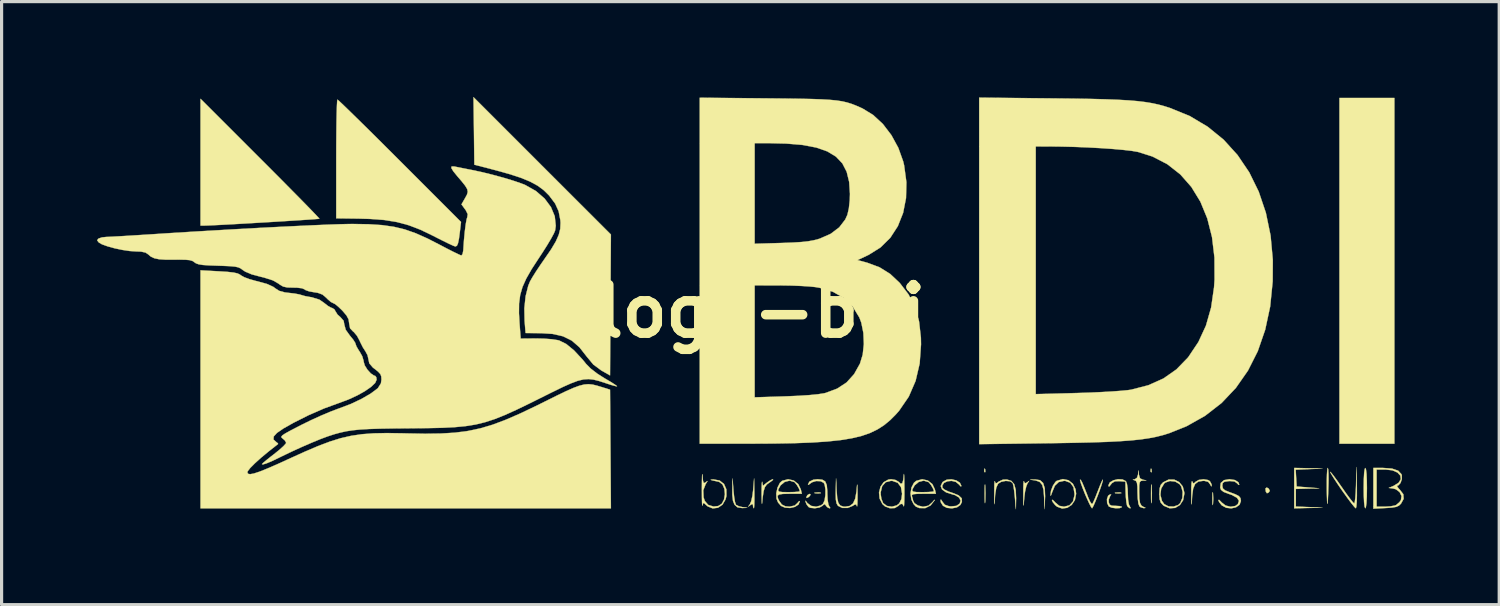
<source format=kicad_pcb>
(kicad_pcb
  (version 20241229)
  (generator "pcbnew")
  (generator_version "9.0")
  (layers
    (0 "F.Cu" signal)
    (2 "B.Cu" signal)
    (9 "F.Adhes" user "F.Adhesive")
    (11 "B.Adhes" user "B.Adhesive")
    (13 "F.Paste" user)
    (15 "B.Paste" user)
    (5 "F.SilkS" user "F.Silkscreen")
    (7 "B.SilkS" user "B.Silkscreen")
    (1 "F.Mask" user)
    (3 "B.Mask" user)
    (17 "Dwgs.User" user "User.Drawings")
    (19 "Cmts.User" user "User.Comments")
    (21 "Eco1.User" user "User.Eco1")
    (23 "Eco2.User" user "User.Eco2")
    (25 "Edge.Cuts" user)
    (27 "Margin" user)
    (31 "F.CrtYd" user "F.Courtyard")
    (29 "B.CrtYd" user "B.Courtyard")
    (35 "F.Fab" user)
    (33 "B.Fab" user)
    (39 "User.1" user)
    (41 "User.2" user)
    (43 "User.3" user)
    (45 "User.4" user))
  (footprint "logo-bdi"
    (layer "F.Cu")
    (at 20.883 6.736)
    (property "Reference" "logo-bdi" (at 0 0 0) (layer "F.SilkS") (effects (font (size 1.524 1.524) (thickness 0.3))))
    (attr through_hole)
    (fp_poly (pts (xy 19.914 4.166) (xy 18.186 4.166) (xy 18.186 -6.706) (xy 19.914 -6.706) (xy 19.914 4.166)) (stroke (width 0.01) (type solid)) (fill yes) (layer "F.SilkS"))
    (fp_poly (pts (xy 7.045 4.969) (xy 7.051 5.048) (xy 7.041 5.066) (xy 7.018 5.051) (xy 7.014 5) (xy 7.027 4.945) (xy 7.045 4.969)) (stroke (width 0.01) (type solid)) (fill yes) (layer "F.SilkS"))
    (fp_poly (pts (xy 12.278 4.969) (xy 12.284 5.048) (xy 12.273 5.066) (xy 12.25 5.051) (xy 12.247 5) (xy 12.259 4.945) (xy 12.278 4.969)) (stroke (width 0.01) (type solid)) (fill yes) (layer "F.SilkS"))
    (fp_poly (pts (xy 1.554 5.753) (xy 1.54 5.799) (xy 1.5 5.841) (xy 1.436 5.874) (xy 1.422 5.851) (xy 1.454 5.785) (xy 1.517 5.746) (xy 1.554 5.753)) (stroke (width 0.01) (type solid)) (fill yes) (layer "F.SilkS"))
    (fp_poly (pts (xy 15.962 5.579) (xy 15.996 5.648) (xy 15.963 5.698) (xy 15.907 5.725) (xy 15.87 5.671) (xy 15.859 5.576) (xy 15.901 5.543) (xy 15.962 5.579)) (stroke (width 0.01) (type solid)) (fill yes) (layer "F.SilkS"))
    (fp_poly (pts (xy 1.867 5.705) (xy 1.883 5.72) (xy 1.812 5.728) (xy 1.778 5.729) (xy 1.686 5.723) (xy 1.675 5.71) (xy 1.689 5.705) (xy 1.818 5.697) (xy 1.867 5.705)) (stroke (width 0.01) (type solid)) (fill yes) (layer "F.SilkS"))
    (fp_poly (pts (xy 11.316 5.705) (xy 11.332 5.72) (xy 11.261 5.728) (xy 11.227 5.729) (xy 11.134 5.723) (xy 11.123 5.71) (xy 11.138 5.705) (xy 11.267 5.697) (xy 11.316 5.705)) (stroke (width 0.01) (type solid)) (fill yes) (layer "F.SilkS"))
    (fp_poly (pts (xy 14.209 5.718) (xy 14.21 5.728) (xy 14.218 5.906) (xy 14.21 6.058) (xy 14.2 6.096) (xy 14.193 6.044) (xy 14.19 5.914) (xy 14.189 5.893) (xy 14.192 5.753) (xy 14.199 5.691) (xy 14.209 5.718)) (stroke (width 0.01) (type solid)) (fill yes) (layer "F.SilkS"))
    (fp_poly (pts (xy 7.048 5.499) (xy 7.055 5.712) (xy 7.051 5.936) (xy 7.048 5.982) (xy 7.04 6.038) (xy 7.034 6.002) (xy 7.03 5.883) (xy 7.029 5.74) (xy 7.03 5.564) (xy 7.035 5.463) (xy 7.042 5.447) (xy 7.048 5.499)) (stroke (width 0.01) (type solid)) (fill yes) (layer "F.SilkS"))
    (fp_poly (pts (xy 12.28 5.499) (xy 12.288 5.712) (xy 12.283 5.936) (xy 12.28 5.982) (xy 12.272 6.038) (xy 12.266 6.002) (xy 12.262 5.883) (xy 12.261 5.74) (xy 12.263 5.564) (xy 12.267 5.463) (xy 12.274 5.447) (xy 12.28 5.499)) (stroke (width 0.01) (type solid)) (fill yes) (layer "F.SilkS"))
    (fp_poly (pts (xy 17.653 4.948) (xy 17.231 4.965) (xy 16.81 4.983) (xy 16.825 5.247) (xy 16.84 5.512) (xy 17.551 5.57) (xy 16.815 5.588) (xy 16.815 6.143) (xy 17.653 6.177) (xy 17.209 6.187) (xy 16.764 6.198) (xy 16.764 4.928) (xy 17.653 4.948)) (stroke (width 0.01) (type solid)) (fill yes) (layer "F.SilkS"))
    (fp_poly (pts (xy 8.771 5.313) (xy 8.868 5.402) (xy 8.92 5.567) (xy 8.93 5.817) (xy 8.928 5.875) (xy 8.91 6.223) (xy 8.9 5.864) (xy 8.882 5.622) (xy 8.839 5.463) (xy 8.762 5.37) (xy 8.64 5.324) (xy 8.611 5.319) (xy 8.458 5.298) (xy 8.622 5.291) (xy 8.771 5.313)) (stroke (width 0.01) (type solid)) (fill yes) (layer "F.SilkS"))
    (fp_poly (pts (xy -0.868 5.649) (xy -0.847 5.842) (xy -0.821 5.997) (xy -0.792 6.083) (xy -0.787 6.09) (xy -0.703 6.132) (xy -0.584 6.161) (xy -0.432 6.182) (xy -0.594 6.19) (xy -0.746 6.165) (xy -0.835 6.085) (xy -0.884 5.965) (xy -0.906 5.777) (xy -0.906 5.615) (xy -0.898 5.258) (xy -0.868 5.649)) (stroke (width 0.01) (type solid)) (fill yes) (layer "F.SilkS"))
    (fp_poly (pts (xy 17.833 4.975) (xy 17.842 5.102) (xy 17.844 5.286) (xy 17.842 5.423) (xy 17.832 5.727) (xy 17.822 5.934) (xy 17.813 6.043) (xy 17.805 6.053) (xy 17.797 5.963) (xy 17.791 5.773) (xy 17.788 5.575) (xy 17.788 5.332) (xy 17.793 5.131) (xy 17.803 4.99) (xy 17.816 4.929) (xy 17.818 4.928) (xy 17.833 4.975)) (stroke (width 0.01) (type solid)) (fill yes) (layer "F.SilkS"))
    (fp_poly (pts (xy 19.021 4.977) (xy 19.038 5.116) (xy 19.047 5.335) (xy 19.05 5.563) (xy 19.046 5.838) (xy 19.035 6.042) (xy 19.017 6.165) (xy 18.999 6.198) (xy 18.977 6.149) (xy 18.961 6.009) (xy 18.951 5.791) (xy 18.948 5.563) (xy 18.952 5.288) (xy 18.963 5.083) (xy 18.981 4.96) (xy 18.999 4.928) (xy 19.021 4.977)) (stroke (width 0.01) (type solid)) (fill yes) (layer "F.SilkS"))
    (fp_poly (pts (xy -0.211 5.728) (xy -0.21 5.932) (xy -0.214 6.091) (xy -0.223 6.184) (xy -0.229 6.198) (xy -0.251 6.156) (xy -0.254 6.115) (xy -0.265 6.061) (xy -0.316 6.082) (xy -0.343 6.102) (xy -0.402 6.146) (xy -0.392 6.123) (xy -0.356 6.076) (xy -0.312 5.976) (xy -0.274 5.809) (xy -0.25 5.619) (xy -0.22 5.258) (xy -0.211 5.728)) (stroke (width 0.01) (type solid)) (fill yes) (layer "F.SilkS"))
    (fp_poly (pts (xy 8.417 5.359) (xy 8.382 5.405) (xy 8.339 5.505) (xy 8.3 5.671) (xy 8.276 5.862) (xy 8.262 6.025) (xy 8.253 6.107) (xy 8.248 6.104) (xy 8.246 6.009) (xy 8.244 5.819) (xy 8.244 5.74) (xy 8.245 5.545) (xy 8.25 5.408) (xy 8.258 5.343) (xy 8.265 5.349) (xy 8.296 5.411) (xy 8.356 5.388) (xy 8.374 5.375) (xy 8.429 5.334) (xy 8.417 5.359)) (stroke (width 0.01) (type solid)) (fill yes) (layer "F.SilkS"))
    (fp_poly (pts (xy 10.985 5.802) (xy 10.976 5.813) (xy 10.933 5.921) (xy 10.931 6.004) (xy 10.956 6.08) (xy 11.023 6.114) (xy 11.159 6.121) (xy 11.282 6.129) (xy 11.345 6.149) (xy 11.346 6.16) (xy 11.277 6.191) (xy 11.156 6.196) (xy 11.027 6.179) (xy 10.937 6.141) (xy 10.932 6.137) (xy 10.881 6.034) (xy 10.875 5.908) (xy 10.913 5.803) (xy 10.955 5.77) (xy 11.009 5.758) (xy 10.985 5.802)) (stroke (width 0.01) (type solid)) (fill yes) (layer "F.SilkS"))
    (fp_poly (pts (xy 0.374 5.306) (xy 0.303 5.361) (xy 0.269 5.383) (xy 0.18 5.449) (xy 0.119 5.533) (xy 0.079 5.659) (xy 0.051 5.847) (xy 0.034 6.02) (xy 0.027 6.06) (xy 0.021 6.011) (xy 0.017 5.881) (xy 0.015 5.74) (xy 0.017 5.549) (xy 0.022 5.417) (xy 0.03 5.36) (xy 0.036 5.373) (xy 0.058 5.488) (xy 0.188 5.386) (xy 0.295 5.314) (xy 0.373 5.283) (xy 0.375 5.283) (xy 0.374 5.306)) (stroke (width 0.01) (type solid)) (fill yes) (layer "F.SilkS"))
    (fp_poly (pts (xy -15.75 -4.803) (xy -15.391 -4.443) (xy -15.054 -4.105) (xy -14.748 -3.795) (xy -14.478 -3.522) (xy -14.251 -3.29) (xy -14.074 -3.107) (xy -13.953 -2.98) (xy -13.894 -2.915) (xy -13.89 -2.908) (xy -13.942 -2.902) (xy -14.081 -2.891) (xy -14.294 -2.876) (xy -14.567 -2.858) (xy -14.885 -2.838) (xy -15.234 -2.816) (xy -15.602 -2.794) (xy -15.973 -2.772) (xy -16.333 -2.751) (xy -16.67 -2.732) (xy -16.968 -2.716) (xy -17.213 -2.704) (xy -17.393 -2.696) (xy -17.488 -2.693) (xy -17.628 -2.692) (xy -17.628 -6.68) (xy -15.75 -4.803)) (stroke (width 0.01) (type solid)) (fill yes) (layer "F.SilkS"))
    (fp_poly (pts (xy 11.364 5.29) (xy 11.471 5.344) (xy 11.504 5.427) (xy 11.526 5.583) (xy 11.532 5.74) (xy 11.541 5.932) (xy 11.565 6.076) (xy 11.593 6.137) (xy 11.623 6.189) (xy 11.598 6.198) (xy 11.535 6.157) (xy 11.506 6.109) (xy 11.486 6.013) (xy 11.47 5.853) (xy 11.462 5.69) (xy 11.455 5.359) (xy 11.27 5.344) (xy 11.125 5.349) (xy 11.033 5.406) (xy 11.003 5.444) (xy 10.945 5.515) (xy 10.924 5.502) (xy 10.922 5.474) (xy 10.966 5.383) (xy 11.078 5.317) (xy 11.221 5.283) (xy 11.364 5.29)) (stroke (width 0.01) (type solid)) (fill yes) (layer "F.SilkS"))
    (fp_poly (pts (xy 14.052 5.308) (xy 14.112 5.344) (xy 14.165 5.442) (xy 14.17 5.484) (xy 14.155 5.51) (xy 14.121 5.448) (xy 14.057 5.364) (xy 13.939 5.335) (xy 13.903 5.334) (xy 13.751 5.356) (xy 13.649 5.433) (xy 13.586 5.578) (xy 13.555 5.805) (xy 13.551 5.869) (xy 13.543 6.016) (xy 13.537 6.076) (xy 13.532 6.047) (xy 13.529 5.923) (xy 13.526 5.74) (xy 13.527 5.546) (xy 13.534 5.408) (xy 13.547 5.345) (xy 13.557 5.352) (xy 13.593 5.416) (xy 13.639 5.39) (xy 13.661 5.364) (xy 13.765 5.305) (xy 13.913 5.285) (xy 14.052 5.308)) (stroke (width 0.01) (type solid)) (fill yes) (layer "F.SilkS"))
    (fp_poly (pts (xy 2.375 5.637) (xy 2.393 5.873) (xy 2.428 6.025) (xy 2.488 6.109) (xy 2.582 6.143) (xy 2.644 6.147) (xy 2.788 6.123) (xy 2.89 6.045) (xy 2.958 5.898) (xy 2.999 5.671) (xy 3.013 5.512) (xy 3.02 5.45) (xy 3.026 5.482) (xy 3.031 5.597) (xy 3.033 5.74) (xy 3.032 5.936) (xy 3.027 6.074) (xy 3.019 6.139) (xy 3.013 6.134) (xy 2.987 6.075) (xy 2.934 6.086) (xy 2.881 6.121) (xy 2.722 6.186) (xy 2.554 6.186) (xy 2.42 6.121) (xy 2.417 6.118) (xy 2.373 6.045) (xy 2.35 5.923) (xy 2.345 5.728) (xy 2.347 5.648) (xy 2.357 5.258) (xy 2.375 5.637)) (stroke (width 0.01) (type solid)) (fill yes) (layer "F.SilkS"))
    (fp_poly (pts (xy 18.734 5.55) (xy 18.735 5.793) (xy 18.73 5.994) (xy 18.719 6.135) (xy 18.704 6.196) (xy 18.702 6.198) (xy 18.658 6.158) (xy 18.57 6.05) (xy 18.448 5.888) (xy 18.305 5.689) (xy 18.266 5.634) (xy 18.124 5.427) (xy 18.008 5.25) (xy 17.928 5.121) (xy 17.894 5.055) (xy 17.894 5.05) (xy 17.929 5.081) (xy 18.009 5.182) (xy 18.122 5.336) (xy 18.256 5.528) (xy 18.263 5.537) (xy 18.4 5.733) (xy 18.519 5.894) (xy 18.606 6.004) (xy 18.65 6.045) (xy 18.651 6.045) (xy 18.668 5.998) (xy 18.685 5.869) (xy 18.699 5.679) (xy 18.707 5.474) (xy 18.723 4.902) (xy 18.734 5.55)) (stroke (width 0.01) (type solid)) (fill yes) (layer "F.SilkS"))
    (fp_poly (pts (xy 7.867 5.335) (xy 7.958 5.438) (xy 8.006 5.613) (xy 8.018 5.873) (xy 8.018 5.893) (xy 8.011 6.223) (xy 7.979 5.842) (xy 7.958 5.649) (xy 7.934 5.492) (xy 7.91 5.403) (xy 7.907 5.397) (xy 7.824 5.347) (xy 7.692 5.336) (xy 7.553 5.363) (xy 7.453 5.424) (xy 7.395 5.548) (xy 7.36 5.765) (xy 7.353 5.869) (xy 7.345 6.012) (xy 7.339 6.068) (xy 7.335 6.032) (xy 7.333 5.9) (xy 7.331 5.74) (xy 7.332 5.546) (xy 7.336 5.408) (xy 7.344 5.344) (xy 7.351 5.351) (xy 7.376 5.413) (xy 7.421 5.399) (xy 7.467 5.36) (xy 7.604 5.297) (xy 7.728 5.292) (xy 7.867 5.335)) (stroke (width 0.01) (type solid)) (fill yes) (layer "F.SilkS"))
    (fp_poly (pts (xy 10.74 5.348) (xy 10.704 5.469) (xy 10.647 5.632) (xy 10.58 5.812) (xy 10.512 5.982) (xy 10.454 6.116) (xy 10.414 6.19) (xy 10.406 6.197) (xy 10.374 6.154) (xy 10.314 6.037) (xy 10.236 5.866) (xy 10.189 5.758) (xy 10.112 5.566) (xy 10.056 5.411) (xy 10.029 5.315) (xy 10.029 5.296) (xy 10.053 5.308) (xy 10.096 5.385) (xy 10.161 5.537) (xy 10.254 5.772) (xy 10.286 5.857) (xy 10.344 5.986) (xy 10.394 6.057) (xy 10.415 6.06) (xy 10.449 5.996) (xy 10.507 5.863) (xy 10.576 5.687) (xy 10.591 5.649) (xy 10.658 5.477) (xy 10.712 5.352) (xy 10.744 5.296) (xy 10.747 5.295) (xy 10.74 5.348)) (stroke (width 0.01) (type solid)) (fill yes) (layer "F.SilkS"))
    (fp_poly (pts (xy 11.88 5.14) (xy 11.915 5.254) (xy 12.002 5.298) (xy 12.116 5.32) (xy 12.002 5.327) (xy 11.941 5.338) (xy 11.907 5.378) (xy 11.891 5.47) (xy 11.888 5.636) (xy 11.888 5.677) (xy 11.894 5.893) (xy 11.915 6.031) (xy 11.959 6.112) (xy 12.032 6.158) (xy 12.04 6.161) (xy 12.089 6.185) (xy 12.04 6.193) (xy 12.037 6.194) (xy 11.933 6.164) (xy 11.897 6.137) (xy 11.864 6.052) (xy 11.843 5.89) (xy 11.836 5.709) (xy 11.833 5.513) (xy 11.818 5.397) (xy 11.787 5.338) (xy 11.748 5.318) (xy 11.688 5.299) (xy 11.726 5.29) (xy 11.744 5.289) (xy 11.819 5.238) (xy 11.851 5.144) (xy 11.872 5.004) (xy 11.88 5.14)) (stroke (width 0.01) (type solid)) (fill yes) (layer "F.SilkS"))
    (fp_poly (pts (xy 9.663 5.314) (xy 9.803 5.424) (xy 9.888 5.598) (xy 9.906 5.74) (xy 9.868 5.938) (xy 9.768 6.089) (xy 9.627 6.182) (xy 9.467 6.205) (xy 9.307 6.147) (xy 9.246 6.096) (xy 9.171 6.002) (xy 9.144 5.937) (xy 9.17 5.932) (xy 9.234 5.995) (xy 9.249 6.013) (xy 9.377 6.12) (xy 9.526 6.147) (xy 9.695 6.105) (xy 9.807 5.982) (xy 9.854 5.787) (xy 9.855 5.74) (xy 9.821 5.532) (xy 9.722 5.394) (xy 9.566 5.336) (xy 9.53 5.334) (xy 9.361 5.371) (xy 9.238 5.487) (xy 9.153 5.69) (xy 9.12 5.783) (xy 9.1 5.8) (xy 9.098 5.786) (xy 9.117 5.641) (xy 9.177 5.486) (xy 9.257 5.366) (xy 9.298 5.333) (xy 9.489 5.279) (xy 9.663 5.314)) (stroke (width 0.01) (type solid)) (fill yes) (layer "F.SilkS"))
    (fp_poly (pts (xy -13.28 -6.62) (xy -13.173 -6.52) (xy -13.007 -6.36) (xy -12.791 -6.149) (xy -12.529 -5.892) (xy -12.229 -5.596) (xy -11.898 -5.267) (xy -11.543 -4.913) (xy -11.36 -4.73) (xy -9.436 -2.806) (xy -9.471 -2.508) (xy -9.501 -2.279) (xy -9.531 -2.135) (xy -9.565 -2.059) (xy -9.608 -2.036) (xy -9.617 -2.036) (xy -9.682 -2.06) (xy -9.819 -2.123) (xy -10.009 -2.216) (xy -10.235 -2.33) (xy -10.312 -2.37) (xy -10.709 -2.561) (xy -11.079 -2.703) (xy -11.45 -2.803) (xy -11.849 -2.868) (xy -12.303 -2.902) (xy -12.662 -2.912) (xy -13.36 -2.921) (xy -13.36 -4.788) (xy -13.359 -5.212) (xy -13.356 -5.602) (xy -13.352 -5.948) (xy -13.346 -6.237) (xy -13.339 -6.459) (xy -13.331 -6.602) (xy -13.322 -6.655) (xy -13.322 -6.655) (xy -13.28 -6.62)) (stroke (width 0.01) (type solid)) (fill yes) (layer "F.SilkS"))
    (fp_poly (pts (xy 12.991 5.295) (xy 13.146 5.372) (xy 13.26 5.512) (xy 13.309 5.706) (xy 13.31 5.731) (xy 13.271 5.941) (xy 13.168 6.096) (xy 13.021 6.185) (xy 12.848 6.197) (xy 12.671 6.122) (xy 12.642 6.1) (xy 12.567 6.019) (xy 12.531 5.911) (xy 12.524 5.772) (xy 12.556 5.772) (xy 12.604 5.961) (xy 12.678 6.067) (xy 12.808 6.136) (xy 12.969 6.144) (xy 13.115 6.094) (xy 13.18 6.034) (xy 13.246 5.871) (xy 13.255 5.683) (xy 13.21 5.512) (xy 13.157 5.436) (xy 13.019 5.356) (xy 12.855 5.339) (xy 12.71 5.388) (xy 12.678 5.414) (xy 12.581 5.576) (xy 12.556 5.772) (xy 12.524 5.772) (xy 12.522 5.74) (xy 12.532 5.569) (xy 12.568 5.46) (xy 12.642 5.38) (xy 12.816 5.294) (xy 12.991 5.295)) (stroke (width 0.01) (type solid)) (fill yes) (layer "F.SilkS"))
    (fp_poly (pts (xy -6.884 -4.571) (xy -4.723 -2.412) (xy -4.737 -0.197) (xy -4.75 2.019) (xy -5.019 1.867) (xy -5.275 1.678) (xy -5.484 1.426) (xy -5.712 1.134) (xy -5.954 0.925) (xy -6.228 0.789) (xy -6.556 0.714) (xy -6.916 0.691) (xy -7.406 0.686) (xy -7.437 0.305) (xy -7.445 -0.093) (xy -7.405 -0.471) (xy -7.323 -0.798) (xy -7.269 -0.931) (xy -7.196 -1.061) (xy -7.08 -1.246) (xy -6.938 -1.459) (xy -6.812 -1.641) (xy -6.603 -1.945) (xy -6.456 -2.192) (xy -6.363 -2.402) (xy -6.316 -2.591) (xy -6.307 -2.779) (xy -6.313 -2.865) (xy -6.367 -3.144) (xy -6.477 -3.386) (xy -6.661 -3.631) (xy -6.666 -3.638) (xy -6.833 -3.803) (xy -7.027 -3.947) (xy -7.265 -4.076) (xy -7.559 -4.197) (xy -7.926 -4.316) (xy -8.379 -4.441) (xy -8.382 -4.442) (xy -9.017 -4.607) (xy -9.03 -5.669) (xy -9.044 -6.731) (xy -6.884 -4.571)) (stroke (width 0.01) (type solid)) (fill yes) (layer "F.SilkS"))
    (fp_poly (pts (xy 1.925 5.298) (xy 2.016 5.353) (xy 2.065 5.467) (xy 2.082 5.657) (xy 2.083 5.74) (xy 2.092 5.932) (xy 2.116 6.076) (xy 2.144 6.137) (xy 2.177 6.188) (xy 2.146 6.198) (xy 2.074 6.158) (xy 2.043 6.118) (xy 2.001 6.065) (xy 1.953 6.095) (xy 1.933 6.118) (xy 1.835 6.173) (xy 1.691 6.196) (xy 1.551 6.183) (xy 1.495 6.159) (xy 1.435 6.083) (xy 1.407 6.02) (xy 1.391 5.958) (xy 1.415 5.977) (xy 1.455 6.032) (xy 1.574 6.121) (xy 1.73 6.147) (xy 1.881 6.107) (xy 1.946 6.056) (xy 1.996 5.947) (xy 2.021 5.782) (xy 2.023 5.604) (xy 1.998 5.455) (xy 1.969 5.397) (xy 1.871 5.345) (xy 1.731 5.34) (xy 1.599 5.38) (xy 1.553 5.414) (xy 1.492 5.459) (xy 1.473 5.449) (xy 1.519 5.359) (xy 1.642 5.299) (xy 1.778 5.283) (xy 1.925 5.298)) (stroke (width 0.01) (type solid)) (fill yes) (layer "F.SilkS"))
    (fp_poly (pts (xy 6.136 5.32) (xy 6.25 5.392) (xy 6.299 5.495) (xy 6.299 5.501) (xy 6.276 5.509) (xy 6.22 5.447) (xy 6.121 5.366) (xy 5.991 5.335) (xy 5.859 5.348) (xy 5.752 5.399) (xy 5.698 5.483) (xy 5.706 5.557) (xy 5.767 5.61) (xy 5.895 5.671) (xy 6.01 5.71) (xy 6.208 5.789) (xy 6.309 5.883) (xy 6.314 5.999) (xy 6.265 6.093) (xy 6.158 6.168) (xy 6.003 6.199) (xy 5.842 6.183) (xy 5.719 6.118) (xy 5.654 6.016) (xy 5.64 5.953) (xy 5.654 5.918) (xy 5.696 5.979) (xy 5.704 5.994) (xy 5.779 6.087) (xy 5.904 6.13) (xy 5.968 6.138) (xy 6.14 6.121) (xy 6.243 6.053) (xy 6.273 5.959) (xy 6.227 5.861) (xy 6.099 5.783) (xy 6.033 5.765) (xy 5.82 5.698) (xy 5.69 5.606) (xy 5.648 5.498) (xy 5.701 5.382) (xy 5.719 5.363) (xy 5.838 5.298) (xy 5.988 5.286) (xy 6.136 5.32)) (stroke (width 0.01) (type solid)) (fill yes) (layer "F.SilkS"))
    (fp_poly (pts (xy 19.839 4.949) (xy 20.032 5.014) (xy 20.135 5.124) (xy 20.148 5.16) (xy 20.148 5.283) (xy 20.106 5.402) (xy 20.039 5.477) (xy 20.006 5.486) (xy 20.001 5.515) (xy 20.06 5.588) (xy 20.084 5.611) (xy 20.195 5.756) (xy 20.205 5.901) (xy 20.122 6.051) (xy 20.057 6.114) (xy 19.97 6.153) (xy 19.834 6.176) (xy 19.64 6.189) (xy 19.253 6.209) (xy 19.253 4.978) (xy 19.355 4.978) (xy 19.355 6.147) (xy 19.612 6.147) (xy 19.782 6.137) (xy 19.922 6.111) (xy 19.967 6.095) (xy 20.071 6.007) (xy 20.119 5.939) (xy 20.138 5.811) (xy 20.078 5.688) (xy 19.96 5.599) (xy 19.877 5.576) (xy 19.736 5.557) (xy 19.887 5.493) (xy 20.047 5.394) (xy 20.116 5.281) (xy 20.101 5.169) (xy 20.01 5.072) (xy 19.85 5.003) (xy 19.634 4.978) (xy 19.355 4.978) (xy 19.253 4.978) (xy 19.253 4.928) (xy 19.556 4.928) (xy 19.839 4.949)) (stroke (width 0.01) (type solid)) (fill yes) (layer "F.SilkS"))
    (fp_poly (pts (xy 14.9 5.309) (xy 15.009 5.378) (xy 15.037 5.455) (xy 15.013 5.462) (xy 14.971 5.416) (xy 14.886 5.354) (xy 14.742 5.341) (xy 14.705 5.343) (xy 14.574 5.362) (xy 14.516 5.403) (xy 14.503 5.486) (xy 14.52 5.572) (xy 14.588 5.632) (xy 14.731 5.69) (xy 14.732 5.69) (xy 14.917 5.758) (xy 15.025 5.815) (xy 15.075 5.878) (xy 15.088 5.964) (xy 15.088 5.97) (xy 15.044 6.087) (xy 14.934 6.165) (xy 14.786 6.199) (xy 14.628 6.182) (xy 14.491 6.109) (xy 14.478 6.096) (xy 14.403 6.002) (xy 14.376 5.937) (xy 14.403 5.932) (xy 14.467 5.995) (xy 14.482 6.013) (xy 14.608 6.111) (xy 14.764 6.149) (xy 14.912 6.124) (xy 14.99 6.066) (xy 15.027 5.963) (xy 14.964 5.867) (xy 14.802 5.778) (xy 14.703 5.743) (xy 14.543 5.682) (xy 14.461 5.616) (xy 14.436 5.547) (xy 14.454 5.402) (xy 14.556 5.312) (xy 14.728 5.283) (xy 14.9 5.309)) (stroke (width 0.01) (type solid)) (fill yes) (layer "F.SilkS"))
    (fp_poly (pts (xy -1.845 5.142) (xy -1.842 5.173) (xy -1.828 5.326) (xy -1.808 5.396) (xy -1.773 5.4) (xy -1.74 5.376) (xy -1.688 5.339) (xy -1.696 5.364) (xy -1.742 5.434) (xy -1.819 5.631) (xy -1.809 5.854) (xy -1.769 5.968) (xy -1.662 6.091) (xy -1.498 6.142) (xy -1.348 6.126) (xy -1.235 6.053) (xy -1.165 5.919) (xy -1.138 5.754) (xy -1.154 5.588) (xy -1.214 5.449) (xy -1.318 5.367) (xy -1.34 5.361) (xy -1.481 5.331) (xy -1.549 5.316) (xy -1.587 5.3) (xy -1.525 5.29) (xy -1.497 5.289) (xy -1.304 5.324) (xy -1.166 5.433) (xy -1.092 5.602) (xy -1.091 5.814) (xy -1.118 5.918) (xy -1.214 6.084) (xy -1.357 6.18) (xy -1.521 6.201) (xy -1.68 6.137) (xy -1.724 6.099) (xy -1.796 6.033) (xy -1.827 6.043) (xy -1.844 6.112) (xy -1.852 6.106) (xy -1.858 6.014) (xy -1.862 5.85) (xy -1.863 5.629) (xy -1.863 5.563) (xy -1.861 5.345) (xy -1.857 5.195) (xy -1.851 5.124) (xy -1.845 5.142)) (stroke (width 0.01) (type solid)) (fill yes) (layer "F.SilkS"))
    (fp_poly (pts (xy 1.026 5.323) (xy 1.169 5.437) (xy 1.248 5.601) (xy 1.281 5.74) (xy 0.895 5.74) (xy 0.686 5.745) (xy 0.564 5.764) (xy 0.517 5.806) (xy 0.529 5.882) (xy 0.566 5.96) (xy 0.652 6.08) (xy 0.764 6.135) (xy 0.899 6.146) (xy 1.06 6.109) (xy 1.14 6.034) (xy 1.196 5.97) (xy 1.219 5.975) (xy 1.175 6.08) (xy 1.062 6.153) (xy 0.91 6.188) (xy 0.749 6.176) (xy 0.625 6.121) (xy 0.534 6.016) (xy 0.483 5.893) (xy 0.477 5.723) (xy 0.494 5.647) (xy 0.537 5.647) (xy 0.573 5.674) (xy 0.671 5.687) (xy 0.85 5.69) (xy 0.865 5.69) (xy 1.04 5.686) (xy 1.167 5.676) (xy 1.219 5.662) (xy 1.219 5.661) (xy 1.192 5.58) (xy 1.129 5.471) (xy 1.062 5.386) (xy 1.046 5.373) (xy 0.899 5.328) (xy 0.745 5.366) (xy 0.613 5.475) (xy 0.543 5.601) (xy 0.537 5.647) (xy 0.494 5.647) (xy 0.517 5.544) (xy 0.591 5.398) (xy 0.661 5.334) (xy 0.848 5.284) (xy 1.026 5.323)) (stroke (width 0.01) (type solid)) (fill yes) (layer "F.SilkS"))
    (fp_poly (pts (xy 4.497 5.158) (xy 4.502 5.28) (xy 4.505 5.474) (xy 4.506 5.563) (xy 4.506 5.799) (xy 4.502 5.984) (xy 4.496 6.103) (xy 4.488 6.14) (xy 4.486 6.134) (xy 4.439 6.054) (xy 4.367 6.072) (xy 4.318 6.121) (xy 4.202 6.19) (xy 4.049 6.195) (xy 3.899 6.139) (xy 3.814 6.064) (xy 3.725 5.888) (xy 3.712 5.74) (xy 3.759 5.74) (xy 3.782 5.898) (xy 3.836 6.03) (xy 3.838 6.034) (xy 3.956 6.123) (xy 4.112 6.147) (xy 4.266 6.105) (xy 4.342 6.046) (xy 4.412 5.907) (xy 4.433 5.74) (xy 4.398 5.532) (xy 4.296 5.395) (xy 4.13 5.336) (xy 4.084 5.334) (xy 3.918 5.377) (xy 3.808 5.5) (xy 3.76 5.695) (xy 3.759 5.74) (xy 3.712 5.74) (xy 3.708 5.698) (xy 3.754 5.52) (xy 3.853 5.378) (xy 3.999 5.295) (xy 4.087 5.283) (xy 4.222 5.305) (xy 4.317 5.358) (xy 4.318 5.359) (xy 4.391 5.425) (xy 4.44 5.409) (xy 4.47 5.302) (xy 4.484 5.169) (xy 4.491 5.117) (xy 4.497 5.158)) (stroke (width 0.01) (type solid)) (fill yes) (layer "F.SilkS"))
    (fp_poly (pts (xy 5.242 5.323) (xy 5.386 5.437) (xy 5.464 5.601) (xy 5.497 5.74) (xy 5.105 5.74) (xy 4.907 5.743) (xy 4.793 5.754) (xy 4.744 5.777) (xy 4.742 5.815) (xy 4.744 5.821) (xy 4.772 5.915) (xy 4.775 5.944) (xy 4.82 6.035) (xy 4.933 6.109) (xy 5.078 6.146) (xy 5.105 6.147) (xy 5.263 6.115) (xy 5.384 6.007) (xy 5.446 5.936) (xy 5.462 5.931) (xy 5.457 5.944) (xy 5.331 6.107) (xy 5.163 6.192) (xy 4.976 6.19) (xy 4.868 6.145) (xy 4.795 6.065) (xy 4.731 5.936) (xy 4.724 5.918) (xy 4.698 5.73) (xy 4.712 5.647) (xy 4.753 5.647) (xy 4.789 5.674) (xy 4.887 5.687) (xy 5.066 5.69) (xy 5.082 5.69) (xy 5.256 5.686) (xy 5.383 5.676) (xy 5.435 5.662) (xy 5.436 5.661) (xy 5.408 5.58) (xy 5.346 5.471) (xy 5.279 5.386) (xy 5.263 5.373) (xy 5.115 5.328) (xy 4.961 5.366) (xy 4.829 5.475) (xy 4.759 5.601) (xy 4.753 5.647) (xy 4.712 5.647) (xy 4.729 5.543) (xy 4.807 5.394) (xy 4.878 5.334) (xy 5.064 5.284) (xy 5.242 5.323)) (stroke (width 0.01) (type solid)) (fill yes) (layer "F.SilkS"))
    (fp_poly (pts (xy 9.182 -6.692) (xy 9.818 -6.685) (xy 10.363 -6.676) (xy 10.827 -6.664) (xy 11.22 -6.649) (xy 11.554 -6.63) (xy 11.839 -6.606) (xy 12.085 -6.576) (xy 12.302 -6.54) (xy 12.502 -6.496) (xy 12.694 -6.443) (xy 12.852 -6.393) (xy 13.477 -6.138) (xy 14.042 -5.802) (xy 14.545 -5.393) (xy 14.981 -4.912) (xy 15.35 -4.366) (xy 15.648 -3.759) (xy 15.873 -3.094) (xy 16.021 -2.378) (xy 16.091 -1.613) (xy 16.087 -0.94) (xy 16.008 -0.149) (xy 15.851 0.584) (xy 15.618 1.257) (xy 15.31 1.867) (xy 14.93 2.411) (xy 14.48 2.886) (xy 13.961 3.289) (xy 13.376 3.618) (xy 12.839 3.833) (xy 12.637 3.896) (xy 12.425 3.949) (xy 12.194 3.994) (xy 11.934 4.032) (xy 11.635 4.063) (xy 11.286 4.088) (xy 10.878 4.109) (xy 10.4 4.125) (xy 9.842 4.138) (xy 9.195 4.149) (xy 9.081 4.15) (xy 6.858 4.18) (xy 6.858 2.607) (xy 8.636 2.607) (xy 9.944 2.572) (xy 10.325 2.56) (xy 10.693 2.543) (xy 11.03 2.524) (xy 11.317 2.503) (xy 11.534 2.482) (xy 11.633 2.468) (xy 12.175 2.328) (xy 12.648 2.117) (xy 13.059 1.83) (xy 13.414 1.465) (xy 13.437 1.437) (xy 13.75 0.969) (xy 13.988 0.454) (xy 14.151 -0.117) (xy 14.243 -0.753) (xy 14.259 -0.991) (xy 14.256 -1.686) (xy 14.179 -2.33) (xy 14.03 -2.918) (xy 13.813 -3.445) (xy 13.529 -3.908) (xy 13.182 -4.302) (xy 12.774 -4.622) (xy 12.308 -4.864) (xy 11.848 -5.009) (xy 11.663 -5.041) (xy 11.394 -5.072) (xy 11.061 -5.102) (xy 10.681 -5.128) (xy 10.273 -5.15) (xy 9.855 -5.167) (xy 9.445 -5.177) (xy 9.182 -5.18) (xy 8.636 -5.182) (xy 8.636 2.607) (xy 6.858 2.607) (xy 6.858 -6.716) (xy 9.182 -6.692)) (stroke (width 0.01) (type solid)) (fill yes) (layer "F.SilkS"))
    (fp_poly (pts (xy -17.043 -1.254) (xy -16.775 -1.237) (xy -16.589 -1.216) (xy -16.466 -1.189) (xy -16.386 -1.151) (xy -16.357 -1.128) (xy -16.26 -1.072) (xy -16.095 -1.01) (xy -15.893 -0.953) (xy -15.836 -0.94) (xy -15.539 -0.858) (xy -15.338 -0.766) (xy -15.285 -0.725) (xy -15.156 -0.641) (xy -14.978 -0.592) (xy -14.853 -0.577) (xy -14.672 -0.556) (xy -14.52 -0.528) (xy -14.453 -0.508) (xy -14.338 -0.475) (xy -14.178 -0.446) (xy -14.135 -0.44) (xy -13.889 -0.364) (xy -13.739 -0.259) (xy -13.618 -0.165) (xy -13.518 -0.109) (xy -13.489 -0.102) (xy -13.418 -0.059) (xy -13.385 0.001) (xy -13.319 0.106) (xy -13.23 0.185) (xy -13.127 0.301) (xy -13.106 0.419) (xy -13.061 0.585) (xy -12.929 0.769) (xy -12.827 0.893) (xy -12.763 0.994) (xy -12.751 1.032) (xy -12.722 1.112) (xy -12.652 1.23) (xy -12.624 1.27) (xy -12.542 1.416) (xy -12.499 1.562) (xy -12.497 1.59) (xy -12.463 1.705) (xy -12.38 1.838) (xy -12.274 1.955) (xy -12.171 2.025) (xy -12.136 2.032) (xy -12.101 2.075) (xy -12.09 2.154) (xy -12.136 2.256) (xy -12.264 2.379) (xy -12.457 2.513) (xy -12.701 2.649) (xy -12.979 2.777) (xy -13.277 2.888) (xy -13.296 2.894) (xy -13.747 3.059) (xy -14.232 3.271) (xy -14.711 3.512) (xy -15.024 3.689) (xy -15.223 3.826) (xy -15.326 3.939) (xy -15.333 4.034) (xy -15.253 4.108) (xy -15.192 4.156) (xy -15.19 4.177) (xy -15.472 4.398) (xy -15.719 4.603) (xy -15.92 4.784) (xy -16.065 4.93) (xy -16.144 5.033) (xy -16.154 5.065) (xy -16.134 5.112) (xy -16.069 5.125) (xy -15.95 5.104) (xy -15.771 5.045) (xy -15.524 4.946) (xy -15.2 4.805) (xy -14.868 4.653) (xy -14.37 4.427) (xy -13.942 4.244) (xy -13.565 4.101) (xy -13.22 3.993) (xy -12.886 3.917) (xy -12.546 3.867) (xy -12.179 3.84) (xy -11.766 3.832) (xy -11.288 3.839) (xy -11.13 3.843) (xy -10.562 3.853) (xy -10.067 3.846) (xy -9.626 3.819) (xy -9.221 3.766) (xy -8.832 3.684) (xy -8.44 3.568) (xy -8.028 3.413) (xy -7.575 3.216) (xy -7.063 2.972) (xy -6.812 2.847) (xy -6.438 2.661) (xy -6.141 2.518) (xy -5.905 2.413) (xy -5.718 2.344) (xy -5.563 2.305) (xy -5.428 2.294) (xy -5.298 2.307) (xy -5.159 2.341) (xy -5.029 2.38) (xy -4.75 2.467) (xy -4.736 4.332) (xy -4.723 6.198) (xy -17.628 6.198) (xy -17.628 -1.286) (xy -17.043 -1.254)) (stroke (width 0.01) (type solid)) (fill yes) (layer "F.SilkS"))
    (fp_poly (pts (xy 0.191 -6.693) (xy 0.743 -6.687) (xy 1.205 -6.681) (xy 1.587 -6.673) (xy 1.902 -6.662) (xy 2.159 -6.647) (xy 2.37 -6.627) (xy 2.546 -6.6) (xy 2.699 -6.565) (xy 2.839 -6.522) (xy 2.977 -6.469) (xy 3.126 -6.404) (xy 3.191 -6.374) (xy 3.523 -6.171) (xy 3.83 -5.886) (xy 4.098 -5.535) (xy 4.315 -5.137) (xy 4.468 -4.71) (xy 4.498 -4.584) (xy 4.569 -4.058) (xy 4.557 -3.557) (xy 4.466 -3.093) (xy 4.299 -2.673) (xy 4.061 -2.307) (xy 3.753 -2.004) (xy 3.382 -1.772) (xy 3.367 -1.765) (xy 3.031 -1.608) (xy 3.337 -1.525) (xy 3.724 -1.381) (xy 4.06 -1.171) (xy 4.358 -0.891) (xy 4.638 -0.526) (xy 4.84 -0.126) (xy 4.967 0.322) (xy 5.025 0.832) (xy 5.029 1.044) (xy 4.986 1.645) (xy 4.858 2.192) (xy 4.644 2.685) (xy 4.343 3.125) (xy 4.234 3.249) (xy 4.054 3.429) (xy 3.866 3.584) (xy 3.66 3.716) (xy 3.429 3.828) (xy 3.165 3.92) (xy 2.858 3.994) (xy 2.501 4.053) (xy 2.084 4.097) (xy 1.6 4.129) (xy 1.041 4.15) (xy 0.397 4.161) (xy -0.34 4.165) (xy -0.368 4.165) (xy -1.93 4.166) (xy -1.93 2.708) (xy -0.203 2.708) (xy 0.775 2.677) (xy 1.171 2.66) (xy 1.514 2.638) (xy 1.788 2.611) (xy 1.979 2.581) (xy 2.02 2.572) (xy 2.392 2.434) (xy 2.688 2.24) (xy 2.925 1.977) (xy 3.109 1.648) (xy 3.195 1.365) (xy 3.231 1.031) (xy 3.216 0.684) (xy 3.151 0.361) (xy 3.09 0.199) (xy 2.881 -0.145) (xy 2.603 -0.415) (xy 2.254 -0.612) (xy 1.835 -0.737) (xy 1.7 -0.76) (xy 1.519 -0.778) (xy 1.265 -0.794) (xy 0.97 -0.806) (xy 0.662 -0.811) (xy 0.572 -0.812) (xy -0.203 -0.813) (xy -0.203 2.708) (xy -1.93 2.708) (xy -1.93 -2.121) (xy -0.203 -2.121) (xy 0.648 -2.146) (xy 0.998 -2.159) (xy 1.269 -2.176) (xy 1.481 -2.199) (xy 1.657 -2.231) (xy 1.818 -2.274) (xy 1.847 -2.283) (xy 2.185 -2.432) (xy 2.456 -2.636) (xy 2.647 -2.885) (xy 2.714 -3.035) (xy 2.759 -3.23) (xy 2.787 -3.484) (xy 2.794 -3.69) (xy 2.769 -4.066) (xy 2.691 -4.384) (xy 2.555 -4.648) (xy 2.354 -4.86) (xy 2.083 -5.025) (xy 1.736 -5.146) (xy 1.308 -5.227) (xy 0.794 -5.271) (xy 0.292 -5.283) (xy -0.203 -5.283) (xy -0.203 -2.121) (xy -1.93 -2.121) (xy -1.93 -6.713) (xy 0.191 -6.693)) (stroke (width 0.01) (type solid)) (fill yes) (layer "F.SilkS"))
    (fp_poly (pts (xy -9.639 -4.549) (xy -9.538 -4.529) (xy -9.368 -4.495) (xy -9.161 -4.454) (xy -9.095 -4.441) (xy -8.78 -4.374) (xy -8.44 -4.29) (xy -8.102 -4.198) (xy -7.792 -4.104) (xy -7.538 -4.017) (xy -7.413 -3.967) (xy -7.079 -3.778) (xy -6.808 -3.543) (xy -6.608 -3.274) (xy -6.488 -2.984) (xy -6.457 -2.686) (xy -6.477 -2.54) (xy -6.517 -2.444) (xy -6.604 -2.283) (xy -6.728 -2.075) (xy -6.879 -1.837) (xy -6.988 -1.672) (xy -7.216 -1.322) (xy -7.385 -1.026) (xy -7.503 -0.763) (xy -7.576 -0.509) (xy -7.611 -0.242) (xy -7.614 0.062) (xy -7.596 0.381) (xy -7.56 0.861) (xy -7.066 0.857) (xy -6.818 0.863) (xy -6.582 0.881) (xy -6.397 0.909) (xy -6.348 0.921) (xy -6.128 1.03) (xy -5.881 1.233) (xy -5.609 1.526) (xy -5.501 1.66) (xy -5.358 1.804) (xy -5.15 1.964) (xy -4.925 2.107) (xy -4.748 2.211) (xy -4.613 2.296) (xy -4.538 2.35) (xy -4.529 2.362) (xy -4.582 2.355) (xy -4.705 2.321) (xy -4.874 2.267) (xy -4.902 2.257) (xy -5.1 2.193) (xy -5.27 2.151) (xy -5.426 2.134) (xy -5.586 2.145) (xy -5.764 2.188) (xy -5.975 2.267) (xy -6.236 2.383) (xy -6.562 2.542) (xy -6.799 2.66) (xy -7.285 2.902) (xy -7.699 3.102) (xy -8.057 3.264) (xy -8.378 3.392) (xy -8.679 3.49) (xy -8.976 3.563) (xy -9.286 3.613) (xy -9.628 3.646) (xy -10.017 3.666) (xy -10.472 3.676) (xy -11.01 3.681) (xy -11.074 3.682) (xy -11.573 3.686) (xy -11.984 3.693) (xy -12.323 3.704) (xy -12.603 3.72) (xy -12.838 3.744) (xy -13.044 3.775) (xy -13.234 3.817) (xy -13.424 3.869) (xy -13.626 3.935) (xy -13.64 3.94) (xy -13.857 4.021) (xy -14.137 4.136) (xy -14.452 4.273) (xy -14.774 4.42) (xy -15.075 4.565) (xy -15.12 4.587) (xy -15.368 4.707) (xy -15.553 4.785) (xy -15.665 4.819) (xy -15.697 4.809) (xy -15.66 4.77) (xy -15.558 4.685) (xy -15.412 4.568) (xy -15.316 4.494) (xy -15.151 4.361) (xy -15.022 4.245) (xy -14.947 4.163) (xy -14.935 4.139) (xy -14.974 4.066) (xy -15.044 4.004) (xy -15.08 3.974) (xy -15.086 3.943) (xy -15.051 3.902) (xy -14.963 3.844) (xy -14.812 3.76) (xy -14.586 3.643) (xy -14.447 3.571) (xy -14.155 3.428) (xy -13.846 3.287) (xy -13.553 3.163) (xy -13.309 3.07) (xy -13.259 3.052) (xy -12.906 2.919) (xy -12.568 2.759) (xy -12.272 2.587) (xy -12.052 2.422) (xy -11.955 2.269) (xy -11.938 2.152) (xy -11.944 2.051) (xy -11.973 1.976) (xy -12.046 1.898) (xy -12.179 1.793) (xy -12.205 1.774) (xy -12.321 1.639) (xy -12.344 1.527) (xy -12.376 1.383) (xy -12.443 1.26) (xy -12.526 1.13) (xy -12.608 0.966) (xy -12.625 0.926) (xy -12.706 0.776) (xy -12.804 0.658) (xy -12.831 0.637) (xy -12.925 0.538) (xy -12.954 0.388) (xy -12.954 0.381) (xy -12.972 0.256) (xy -13.038 0.133) (xy -13.167 -0.018) (xy -13.174 -0.025) (xy -13.299 -0.145) (xy -13.403 -0.228) (xy -13.456 -0.254) (xy -13.527 -0.289) (xy -13.628 -0.376) (xy -13.663 -0.412) (xy -13.791 -0.523) (xy -13.944 -0.579) (xy -14.054 -0.596) (xy -14.209 -0.623) (xy -14.322 -0.663) (xy -14.351 -0.684) (xy -14.434 -0.721) (xy -14.595 -0.74) (xy -14.71 -0.742) (xy -14.9 -0.747) (xy -15.029 -0.775) (xy -15.135 -0.837) (xy -15.172 -0.866) (xy -15.353 -0.97) (xy -15.632 -1.059) (xy -15.738 -1.084) (xy -16.013 -1.157) (xy -16.217 -1.242) (xy -16.295 -1.293) (xy -16.363 -1.344) (xy -16.439 -1.379) (xy -16.543 -1.402) (xy -16.697 -1.416) (xy -16.921 -1.426) (xy -17.078 -1.431) (xy -17.358 -1.441) (xy -17.554 -1.454) (xy -17.685 -1.475) (xy -17.77 -1.505) (xy -17.818 -1.538) (xy -17.882 -1.581) (xy -17.974 -1.607) (xy -18.116 -1.619) (xy -18.33 -1.621) (xy -18.421 -1.62) (xy -18.716 -1.62) (xy -18.93 -1.634) (xy -19.082 -1.666) (xy -19.193 -1.719) (xy -19.268 -1.784) (xy -19.357 -1.844) (xy -19.497 -1.874) (xy -19.653 -1.88) (xy -19.854 -1.893) (xy -20.088 -1.928) (xy -20.33 -1.979) (xy -20.551 -2.04) (xy -20.726 -2.103) (xy -20.827 -2.162) (xy -20.878 -2.228) (xy -20.849 -2.273) (xy -20.828 -2.287) (xy -20.724 -2.322) (xy -20.589 -2.336) (xy -20.492 -2.339) (xy -20.31 -2.349) (xy -20.061 -2.363) (xy -19.762 -2.381) (xy -19.429 -2.402) (xy -19.268 -2.412) (xy -18.558 -2.458) (xy -17.845 -2.502) (xy -17.141 -2.543) (xy -16.454 -2.583) (xy -15.795 -2.619) (xy -15.173 -2.651) (xy -14.598 -2.679) (xy -14.08 -2.703) (xy -13.629 -2.722) (xy -13.253 -2.735) (xy -12.964 -2.742) (xy -12.843 -2.743) (xy -12.344 -2.735) (xy -11.921 -2.708) (xy -11.549 -2.655) (xy -11.204 -2.572) (xy -10.862 -2.452) (xy -10.496 -2.289) (xy -10.109 -2.091) (xy -9.877 -1.969) (xy -9.676 -1.867) (xy -9.523 -1.793) (xy -9.436 -1.755) (xy -9.424 -1.753) (xy -9.388 -1.797) (xy -9.366 -1.907) (xy -9.364 -1.93) (xy -9.344 -2.23) (xy -9.318 -2.503) (xy -9.289 -2.731) (xy -9.26 -2.892) (xy -9.239 -2.959) (xy -9.226 -3.052) (xy -9.286 -3.174) (xy -9.307 -3.203) (xy -9.422 -3.359) (xy -9.305 -3.563) (xy -9.248 -3.668) (xy -9.225 -3.753) (xy -9.241 -3.839) (xy -9.305 -3.946) (xy -9.423 -4.094) (xy -9.547 -4.238) (xy -9.68 -4.402) (xy -9.741 -4.504) (xy -9.732 -4.552) (xy -9.653 -4.552) (xy -9.639 -4.549)) (stroke (width 0.01) (type solid)) (fill yes) (layer "F.SilkS")))
  (gr_rect
    (start -3 -3)
    (end 44.093 15.964)
    (stroke (width 0.1) (type default))
    (fill no)
    (layer "Edge.Cuts")))
</source>
